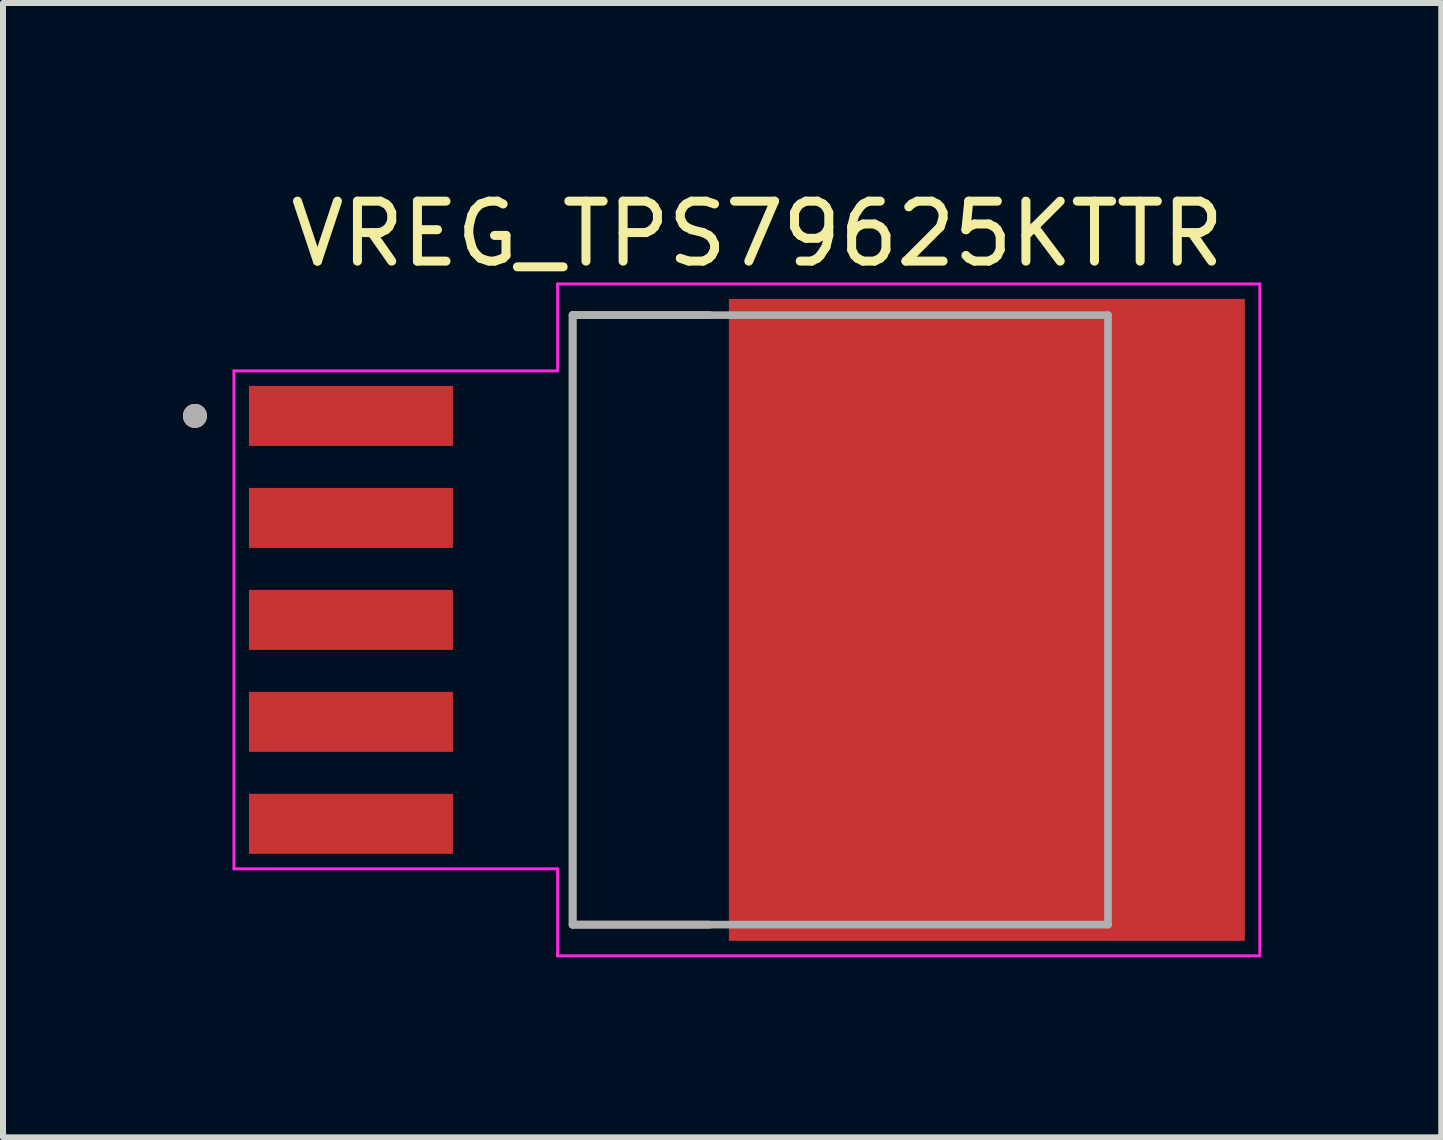
<source format=kicad_pcb>
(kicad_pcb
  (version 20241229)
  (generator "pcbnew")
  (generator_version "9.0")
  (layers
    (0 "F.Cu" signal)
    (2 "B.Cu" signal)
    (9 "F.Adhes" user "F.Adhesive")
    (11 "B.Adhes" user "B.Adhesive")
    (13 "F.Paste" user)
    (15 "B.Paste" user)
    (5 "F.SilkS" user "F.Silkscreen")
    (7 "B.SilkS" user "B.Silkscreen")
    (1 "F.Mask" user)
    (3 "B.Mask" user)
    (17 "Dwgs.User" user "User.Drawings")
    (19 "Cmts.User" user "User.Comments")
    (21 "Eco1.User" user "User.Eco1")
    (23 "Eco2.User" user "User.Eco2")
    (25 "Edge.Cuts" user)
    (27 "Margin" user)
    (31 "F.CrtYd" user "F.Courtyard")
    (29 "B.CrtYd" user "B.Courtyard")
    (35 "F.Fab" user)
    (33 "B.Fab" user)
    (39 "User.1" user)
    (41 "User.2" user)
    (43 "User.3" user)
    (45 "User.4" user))
  (footprint "VREG_TPS79625KTTR"
    (layer "F.Cu")
    (at 13.4 7.283)
    (property "Reference" "VREG_TPS79625KTTR" (at -3.825 -6.435 0) (layer "F.SilkS") (effects (font (size 1 1) (thickness 0.15))))
    (attr smd)
    (fp_poly (pts (xy -12.37 -3.97) (xy -8.83 -3.97) (xy -8.83 -2.83) (xy -12.37 -2.83)) (stroke (width 0.01) (type solid)) (fill yes) (layer "F.Mask"))
    (fp_poly (pts (xy -12.37 -2.27) (xy -8.83 -2.27) (xy -8.83 -1.13) (xy -12.37 -1.13)) (stroke (width 0.01) (type solid)) (fill yes) (layer "F.Mask"))
    (fp_poly (pts (xy -12.37 -0.57) (xy -8.83 -0.57) (xy -8.83 0.57) (xy -12.37 0.57)) (stroke (width 0.01) (type solid)) (fill yes) (layer "F.Mask"))
    (fp_poly (pts (xy -12.37 1.13) (xy -8.83 1.13) (xy -8.83 2.27) (xy -12.37 2.27)) (stroke (width 0.01) (type solid)) (fill yes) (layer "F.Mask"))
    (fp_poly (pts (xy -12.37 2.83) (xy -8.83 2.83) (xy -8.83 3.97) (xy -12.37 3.97)) (stroke (width 0.01) (type solid)) (fill yes) (layer "F.Mask"))
    (fp_poly (pts (xy -4.37 -5.42) (xy 4.37 -5.42) (xy 4.37 5.42) (xy -4.37 5.42)) (stroke (width 0.01) (type solid)) (fill yes) (layer "F.Mask"))
    (fp_line (start -6.905 -5.08) (end -6.905 5.08) (stroke (width 0.127) (type solid)) (layer "F.SilkS"))
    (fp_line (start -6.905 5.08) (end -4.62 5.08) (stroke (width 0.127) (type solid)) (layer "F.SilkS"))
    (fp_line (start -4.62 -5.08) (end -6.905 -5.08) (stroke (width 0.127) (type solid)) (layer "F.SilkS"))
    (fp_circle (center -13.2 -3.4) (end -13.1 -3.4) (stroke (width 0.2) (type solid)) (fill no) (layer "F.SilkS"))
    (fp_poly (pts (xy -12.25 -3.85) (xy -8.95 -3.85) (xy -8.95 -2.95) (xy -12.25 -2.95)) (stroke (width 0.01) (type solid)) (fill yes) (layer "F.Paste"))
    (fp_poly (pts (xy -12.25 -2.15) (xy -8.95 -2.15) (xy -8.95 -1.25) (xy -12.25 -1.25)) (stroke (width 0.01) (type solid)) (fill yes) (layer "F.Paste"))
    (fp_poly (pts (xy -12.25 -0.45) (xy -8.95 -0.45) (xy -8.95 0.45) (xy -12.25 0.45)) (stroke (width 0.01) (type solid)) (fill yes) (layer "F.Paste"))
    (fp_poly (pts (xy -12.25 1.25) (xy -8.95 1.25) (xy -8.95 2.15) (xy -12.25 2.15)) (stroke (width 0.01) (type solid)) (fill yes) (layer "F.Paste"))
    (fp_poly (pts (xy -12.25 2.95) (xy -8.95 2.95) (xy -8.95 3.85) (xy -12.25 3.85)) (stroke (width 0.01) (type solid)) (fill yes) (layer "F.Paste"))
    (fp_poly (pts (xy -4.25 -5.3) (xy 4.25 -5.3) (xy 4.25 5.3) (xy -4.25 5.3)) (stroke (width 0.01) (type solid)) (fill yes) (layer "F.Paste"))
    (fp_line (start -12.55 -4.15) (end -12.55 4.15) (stroke (width 0.05) (type solid)) (layer "F.CrtYd"))
    (fp_line (start -12.55 4.15) (end -7.155 4.15) (stroke (width 0.05) (type solid)) (layer "F.CrtYd"))
    (fp_line (start -7.155 -5.6) (end -7.155 -4.15) (stroke (width 0.05) (type solid)) (layer "F.CrtYd"))
    (fp_line (start -7.155 -4.15) (end -12.55 -4.15) (stroke (width 0.05) (type solid)) (layer "F.CrtYd"))
    (fp_line (start -7.155 4.15) (end -7.155 5.6) (stroke (width 0.05) (type solid)) (layer "F.CrtYd"))
    (fp_line (start -7.155 5.6) (end 4.55 5.6) (stroke (width 0.05) (type solid)) (layer "F.CrtYd"))
    (fp_line (start 4.55 -5.6) (end -7.155 -5.6) (stroke (width 0.05) (type solid)) (layer "F.CrtYd"))
    (fp_line (start 4.55 5.6) (end 4.55 -5.6) (stroke (width 0.05) (type solid)) (layer "F.CrtYd"))
    (fp_line (start -6.905 -5.08) (end -6.905 5.08) (stroke (width 0.127) (type solid)) (layer "F.Fab"))
    (fp_line (start -6.905 5.08) (end 2.02 5.08) (stroke (width 0.127) (type solid)) (layer "F.Fab"))
    (fp_line (start 2.02 -5.08) (end -6.905 -5.08) (stroke (width 0.127) (type solid)) (layer "F.Fab"))
    (fp_line (start 2.02 5.08) (end 2.02 -5.08) (stroke (width 0.127) (type solid)) (layer "F.Fab"))
    (fp_circle (center -13.2 -3.4) (end -13.1 -3.4) (stroke (width 0.2) (type solid)) (fill no) (layer "F.Fab"))
    (pad "1" smd rect (at -10.6 -3.4) (size 3.4 1) (layers "F.Cu"))
    (pad "2" smd rect (at -10.6 -1.7) (size 3.4 1) (layers "F.Cu"))
    (pad "3" smd rect (at -10.6 0) (size 3.4 1) (layers "F.Cu"))
    (pad "4" smd rect (at -10.6 1.7) (size 3.4 1) (layers "F.Cu"))
    (pad "5" smd rect (at -10.6 3.4) (size 3.4 1) (layers "F.Cu"))
    (pad "6" smd rect (at 0 0) (size 8.6 10.7) (layers "F.Cu")))
  (gr_rect
    (start -3 -3)
    (end 20.975 15.908)
    (stroke (width 0.1) (type default))
    (fill no)
    (layer "Edge.Cuts")))
</source>
